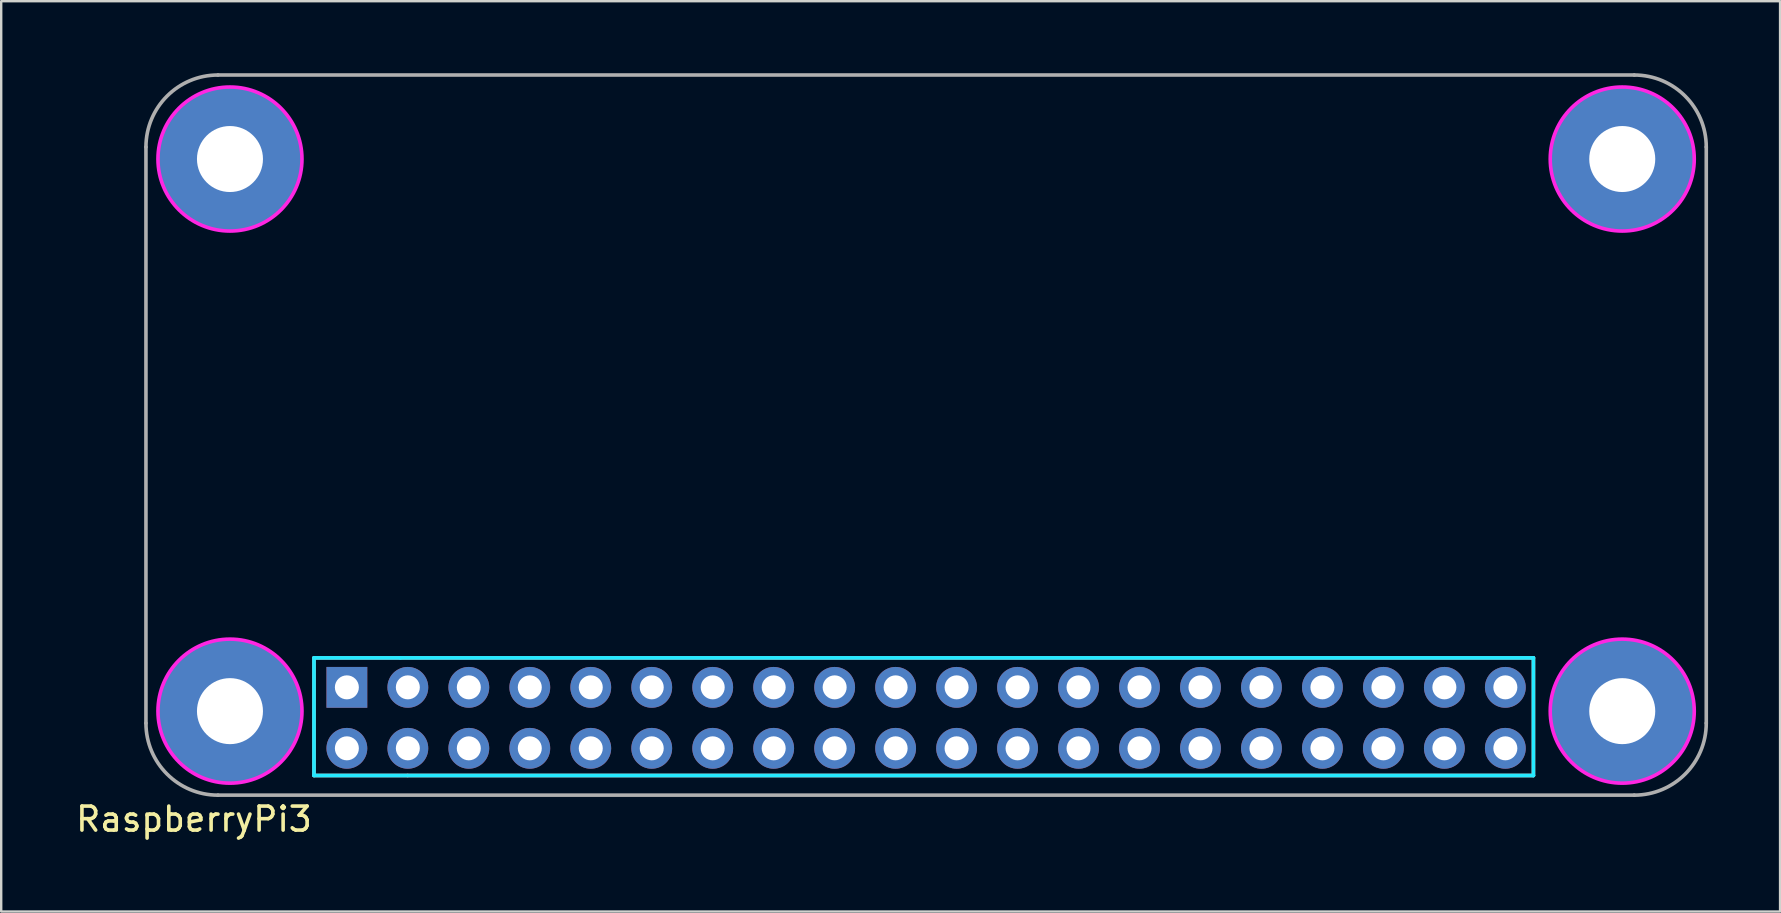
<source format=kicad_pcb>
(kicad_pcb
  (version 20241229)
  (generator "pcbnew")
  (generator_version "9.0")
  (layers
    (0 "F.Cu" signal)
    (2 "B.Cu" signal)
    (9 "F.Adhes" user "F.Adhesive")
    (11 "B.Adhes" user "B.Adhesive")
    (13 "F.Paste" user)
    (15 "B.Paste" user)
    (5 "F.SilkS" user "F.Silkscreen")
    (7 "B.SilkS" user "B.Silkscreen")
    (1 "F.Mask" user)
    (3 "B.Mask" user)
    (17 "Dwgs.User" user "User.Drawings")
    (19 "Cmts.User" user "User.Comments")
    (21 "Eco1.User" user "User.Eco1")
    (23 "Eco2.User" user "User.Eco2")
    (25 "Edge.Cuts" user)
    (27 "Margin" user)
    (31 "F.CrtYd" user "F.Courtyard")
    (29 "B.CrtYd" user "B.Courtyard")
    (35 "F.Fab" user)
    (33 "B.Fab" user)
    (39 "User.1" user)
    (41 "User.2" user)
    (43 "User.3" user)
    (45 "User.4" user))
  (footprint "RaspberryPi3"
    (layer "F.Cu")
    (at 3.03 30.075)
    (property "Reference" "RaspberryPi3" (at 2 1 0) (layer "F.SilkS") (effects (font (size 1 1) (thickness 0.15))))
    (attr through_hole)
    (fp_line (start 7 -5.719) (end 7 -0.819) (stroke (width 0.15) (type solid)) (layer "B.SilkS"))
    (fp_line (start 7 -0.819) (end 10.9 -0.819) (stroke (width 0.15) (type solid)) (layer "B.SilkS"))
    (fp_line (start 10.9 -0.819) (end 57.8 -0.819) (stroke (width 0.15) (type solid)) (layer "B.SilkS"))
    (fp_line (start 57.8 -5.719) (end 7 -5.719) (stroke (width 0.15) (type solid)) (layer "B.SilkS"))
    (fp_line (start 57.8 -0.819) (end 57.8 -5.719) (stroke (width 0.15) (type solid)) (layer "B.SilkS"))
    (fp_line (start 7 -5.719) (end 10.6 -5.719) (stroke (width 0.15) (type solid)) (layer "B.CrtYd"))
    (fp_line (start 7 -0.819) (end 7 -5.719) (stroke (width 0.15) (type solid)) (layer "B.CrtYd"))
    (fp_line (start 10.6 -5.719) (end 57.8 -5.719) (stroke (width 0.15) (type solid)) (layer "B.CrtYd"))
    (fp_line (start 57.8 -5.719) (end 57.8 -0.819) (stroke (width 0.15) (type solid)) (layer "B.CrtYd"))
    (fp_line (start 57.8 -0.819) (end 7 -0.819) (stroke (width 0.15) (type solid)) (layer "B.CrtYd"))
    (fp_circle (center 3.5 -26.5) (end 6.5 -26.5) (stroke (width 0.15) (type solid)) (fill no) (layer "F.CrtYd"))
    (fp_circle (center 3.5 -3.5) (end 6.5 -3.5) (stroke (width 0.15) (type solid)) (fill no) (layer "F.CrtYd"))
    (fp_circle (center 61.5 -26.5) (end 64.5 -26.5) (stroke (width 0.15) (type solid)) (fill no) (layer "F.CrtYd"))
    (fp_circle (center 61.5 -3.5) (end 64.5 -3.5) (stroke (width 0.15) (type solid)) (fill no) (layer "F.CrtYd"))
    (fp_line (start 0 -27) (end 0 -3) (stroke (width 0.15) (type solid)) (layer "F.Fab"))
    (fp_line (start 3 -30) (end 62 -30) (stroke (width 0.15) (type solid)) (layer "F.Fab"))
    (fp_line (start 62 0) (end 3 0) (stroke (width 0.15) (type solid)) (layer "F.Fab"))
    (fp_line (start 65 -27) (end 65 -3) (stroke (width 0.15) (type solid)) (layer "F.Fab"))
    (fp_arc (start 0 -27) (mid 0.87868 -29.12132) (end 3 -30) (stroke (width 0.15) (type solid)) (layer "F.Fab"))
    (fp_arc (start 3 0) (mid 0.87868 -0.87868) (end 0 -3) (stroke (width 0.15) (type solid)) (layer "F.Fab"))
    (fp_arc (start 62 -30) (mid 64.12132 -29.12132) (end 65 -27) (stroke (width 0.15) (type solid)) (layer "F.Fab"))
    (fp_arc (start 65 -3) (mid 64.12132 -0.87868) (end 62 0) (stroke (width 0.15) (type solid)) (layer "F.Fab"))
    (pad "0" thru_hole circle (at 3.5 -26.5) (size 6 6) (drill 2.75) (layers "*.Cu" "*.Mask"))
    (pad "0" thru_hole circle (at 3.5 -3.5) (size 6 6) (drill 2.75) (layers "*.Cu" "*.Mask"))
    (pad "0" thru_hole circle (at 61.5 -26.5) (size 6 6) (drill 2.75) (layers "*.Cu" "*.Mask"))
    (pad "0" thru_hole circle (at 61.5 -3.5) (size 6 6) (drill 2.75) (layers "*.Cu" "*.Mask"))
    (pad "1" thru_hole rect (at 8.37 -4.491) (size 1.7 1.7) (drill 1) (layers "*.Cu" "*.Paste" "*.Mask"))
    (pad "2" thru_hole circle (at 8.37 -1.951) (size 1.7 1.7) (drill 1) (layers "*.Cu" "*.Paste" "*.Mask"))
    (pad "3" thru_hole circle (at 10.91 -4.491) (size 1.7 1.7) (drill 1) (layers "*.Cu" "*.Paste" "*.Mask"))
    (pad "4" thru_hole circle (at 10.91 -1.951) (size 1.7 1.7) (drill 1) (layers "*.Cu" "*.Paste" "*.Mask"))
    (pad "5" thru_hole circle (at 13.45 -4.491) (size 1.7 1.7) (drill 1) (layers "*.Cu" "*.Paste" "*.Mask"))
    (pad "6" thru_hole circle (at 13.45 -1.951) (size 1.7 1.7) (drill 1) (layers "*.Cu" "*.Paste" "*.Mask"))
    (pad "7" thru_hole circle (at 15.99 -4.491) (size 1.7 1.7) (drill 1) (layers "*.Cu" "*.Paste" "*.Mask"))
    (pad "8" thru_hole circle (at 15.99 -1.951) (size 1.7 1.7) (drill 1) (layers "*.Cu" "*.Paste" "*.Mask"))
    (pad "9" thru_hole circle (at 18.53 -4.491) (size 1.7 1.7) (drill 1) (layers "*.Cu" "*.Paste" "*.Mask"))
    (pad "10" thru_hole circle (at 18.53 -1.951) (size 1.7 1.7) (drill 1) (layers "*.Cu" "*.Paste" "*.Mask"))
    (pad "11" thru_hole circle (at 21.07 -4.491) (size 1.7 1.7) (drill 1) (layers "*.Cu" "*.Paste" "*.Mask"))
    (pad "12" thru_hole circle (at 21.07 -1.951) (size 1.7 1.7) (drill 1) (layers "*.Cu" "*.Paste" "*.Mask"))
    (pad "13" thru_hole circle (at 23.61 -4.491) (size 1.7 1.7) (drill 1) (layers "*.Cu" "*.Paste" "*.Mask"))
    (pad "14" thru_hole circle (at 23.61 -1.951) (size 1.7 1.7) (drill 1) (layers "*.Cu" "*.Paste" "*.Mask"))
    (pad "15" thru_hole circle (at 26.15 -4.491) (size 1.7 1.7) (drill 1) (layers "*.Cu" "*.Paste" "*.Mask"))
    (pad "16" thru_hole circle (at 26.15 -1.951) (size 1.7 1.7) (drill 1) (layers "*.Cu" "*.Paste" "*.Mask"))
    (pad "17" thru_hole circle (at 28.69 -4.491) (size 1.7 1.7) (drill 1) (layers "*.Cu" "*.Paste" "*.Mask"))
    (pad "18" thru_hole circle (at 28.69 -1.951) (size 1.7 1.7) (drill 1) (layers "*.Cu" "*.Paste" "*.Mask"))
    (pad "19" thru_hole circle (at 31.23 -4.491) (size 1.7 1.7) (drill 1) (layers "*.Cu" "*.Paste" "*.Mask"))
    (pad "20" thru_hole circle (at 31.23 -1.951) (size 1.7 1.7) (drill 1) (layers "*.Cu" "*.Paste" "*.Mask"))
    (pad "21" thru_hole circle (at 33.77 -4.491) (size 1.7 1.7) (drill 1) (layers "*.Cu" "*.Paste" "*.Mask"))
    (pad "22" thru_hole circle (at 33.77 -1.951) (size 1.7 1.7) (drill 1) (layers "*.Cu" "*.Paste" "*.Mask"))
    (pad "23" thru_hole circle (at 36.31 -4.491) (size 1.7 1.7) (drill 1) (layers "*.Cu" "*.Paste" "*.Mask"))
    (pad "24" thru_hole circle (at 36.31 -1.951) (size 1.7 1.7) (drill 1) (layers "*.Cu" "*.Paste" "*.Mask"))
    (pad "25" thru_hole circle (at 38.85 -4.491) (size 1.7 1.7) (drill 1) (layers "*.Cu" "*.Paste" "*.Mask"))
    (pad "26" thru_hole circle (at 38.85 -1.951) (size 1.7 1.7) (drill 1) (layers "*.Cu" "*.Paste" "*.Mask"))
    (pad "27" thru_hole circle (at 41.39 -4.491) (size 1.7 1.7) (drill 1) (layers "*.Cu" "*.Paste" "*.Mask"))
    (pad "28" thru_hole circle (at 41.39 -1.951) (size 1.7 1.7) (drill 1) (layers "*.Cu" "*.Paste" "*.Mask"))
    (pad "29" thru_hole circle (at 43.93 -4.491) (size 1.7 1.7) (drill 1) (layers "*.Cu" "*.Paste" "*.Mask"))
    (pad "30" thru_hole circle (at 43.93 -1.951) (size 1.7 1.7) (drill 1) (layers "*.Cu" "*.Paste" "*.Mask"))
    (pad "31" thru_hole circle (at 46.47 -4.491) (size 1.7 1.7) (drill 1) (layers "*.Cu" "*.Paste" "*.Mask"))
    (pad "32" thru_hole circle (at 46.47 -1.951) (size 1.7 1.7) (drill 1) (layers "*.Cu" "*.Paste" "*.Mask"))
    (pad "33" thru_hole circle (at 49.01 -4.491) (size 1.7 1.7) (drill 1) (layers "*.Cu" "*.Paste" "*.Mask"))
    (pad "34" thru_hole circle (at 49.01 -1.951) (size 1.7 1.7) (drill 1) (layers "*.Cu" "*.Paste" "*.Mask"))
    (pad "35" thru_hole circle (at 51.55 -4.491) (size 1.7 1.7) (drill 1) (layers "*.Cu" "*.Paste" "*.Mask"))
    (pad "36" thru_hole circle (at 51.55 -1.951) (size 1.7 1.7) (drill 1) (layers "*.Cu" "*.Paste" "*.Mask"))
    (pad "37" thru_hole circle (at 54.09 -4.491) (size 1.7 1.7) (drill 1) (layers "*.Cu" "*.Paste" "*.Mask"))
    (pad "38" thru_hole circle (at 54.09 -1.951) (size 1.7 1.7) (drill 1) (layers "*.Cu" "*.Paste" "*.Mask"))
    (pad "39" thru_hole circle (at 56.63 -4.491) (size 1.7 1.7) (drill 1) (layers "*.Cu" "*.Paste" "*.Mask"))
    (pad "40" thru_hole circle (at 56.63 -1.951) (size 1.7 1.7) (drill 1) (layers "*.Cu" "*.Paste" "*.Mask")))
  (gr_rect
    (start -3 -3)
    (end 71.105 34.923)
    (stroke (width 0.1) (type default))
    (fill no)
    (layer "Edge.Cuts")))
</source>
